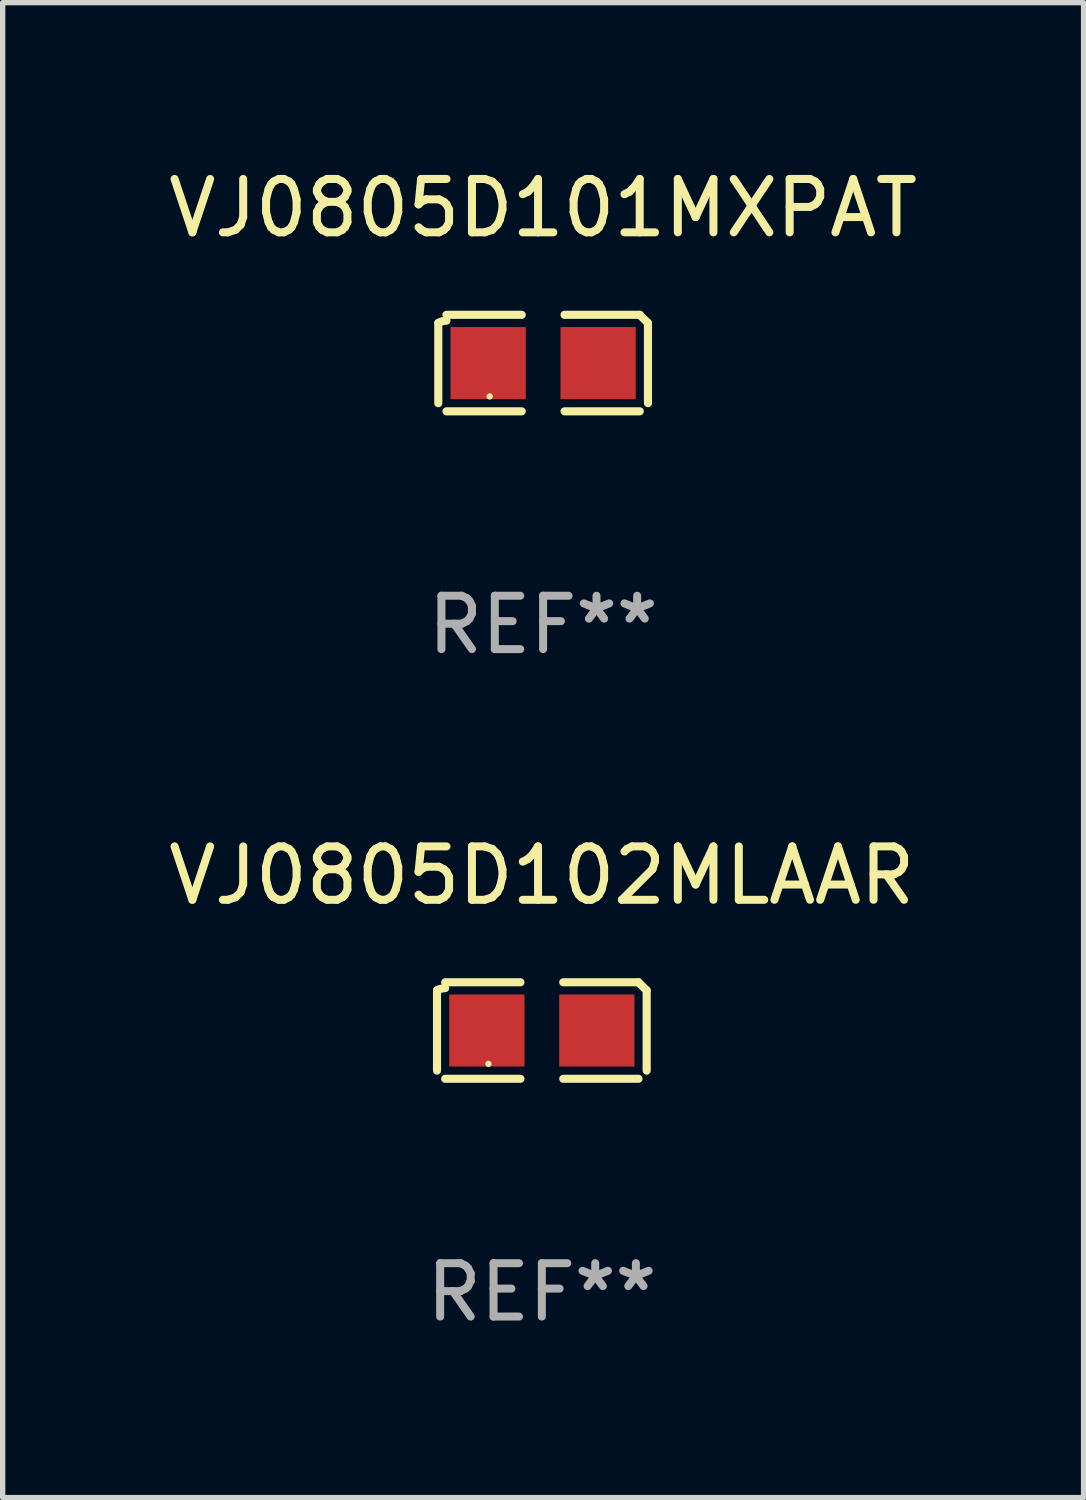
<source format=kicad_pcb>
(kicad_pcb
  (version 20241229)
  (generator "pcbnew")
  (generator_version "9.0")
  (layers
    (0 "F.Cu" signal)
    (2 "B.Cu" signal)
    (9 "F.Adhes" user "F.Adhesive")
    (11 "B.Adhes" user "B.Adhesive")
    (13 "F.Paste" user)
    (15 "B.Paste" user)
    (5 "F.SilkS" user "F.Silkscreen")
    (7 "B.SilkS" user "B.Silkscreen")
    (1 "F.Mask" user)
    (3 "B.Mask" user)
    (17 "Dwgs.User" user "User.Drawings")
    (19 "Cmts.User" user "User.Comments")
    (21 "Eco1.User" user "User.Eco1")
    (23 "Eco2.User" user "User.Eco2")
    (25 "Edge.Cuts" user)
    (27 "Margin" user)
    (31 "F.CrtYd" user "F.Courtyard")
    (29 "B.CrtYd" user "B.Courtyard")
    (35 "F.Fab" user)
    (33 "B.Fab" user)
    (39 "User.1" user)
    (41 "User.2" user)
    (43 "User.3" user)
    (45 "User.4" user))
  (footprint "VJ0805D101MXPAT"
    (layer "F.Cu")
    (at 7.125 3.752)
    (property "Reference" "VJ0805D101MXPAT" (at 0 -2.904 0) (layer "F.SilkS") (effects (font (size 1 1) (thickness 0.15))))
    (attr through_hole)
    (fp_line (start -1.964 0.751) (end -1.964 -0.751) (stroke (width 0.152) (type solid)) (layer "F.SilkS"))
    (fp_line (start -1.811 -0.904) (end -0.401 -0.904) (stroke (width 0.152) (type solid)) (layer "F.SilkS"))
    (fp_line (start -0.401 0.904) (end -1.811 0.904) (stroke (width 0.152) (type solid)) (layer "F.SilkS"))
    (fp_line (start 0.401 0.904) (end 1.811 0.904) (stroke (width 0.152) (type solid)) (layer "F.SilkS"))
    (fp_line (start 1.811 -0.904) (end 0.401 -0.904) (stroke (width 0.152) (type solid)) (layer "F.SilkS"))
    (fp_line (start 1.964 0.751) (end 1.964 -0.751) (stroke (width 0.152) (type solid)) (layer "F.SilkS"))
    (fp_arc (start -1.963602 -0.751207) (mid -1.890354 -0.783131) (end -1.811201 -0.794044) (stroke (width 0.1524) (type solid)) (layer "F.SilkS"))
    (fp_arc (start 1.811202 -0.903607) (mid 1.887413 -0.827418) (end 1.963602 -0.751207) (stroke (width 0.1524) (type solid)) (layer "F.SilkS"))
    (fp_circle (center -1 0.625) (end -0.97 0.625) (stroke (width 0.06) (type solid)) (fill no) (layer "F.SilkS"))
    (fp_text user "REF**" (at 0 4.904 0) (layer "F.Fab") (effects (font (size 1 1) (thickness 0.15))))
    (pad "1" smd rect (at -1.03 0) (size 1.41 1.35) (layers "F.Cu" "F.Mask" "F.Paste"))
    (pad "2" smd rect (at 1.03 0) (size 1.41 1.35) (layers "F.Cu" "F.Mask" "F.Paste")))
  (footprint "VJ0805D102MLAAR"
    (layer "F.Cu")
    (at 7.101 16.256)
    (property "Reference" "VJ0805D102MLAAR" (at 0 -2.904 0) (layer "F.SilkS") (effects (font (size 1 1) (thickness 0.15))))
    (attr through_hole)
    (fp_line (start -1.964 0.751) (end -1.964 -0.751) (stroke (width 0.152) (type solid)) (layer "F.SilkS"))
    (fp_line (start -1.811 -0.904) (end -0.401 -0.904) (stroke (width 0.152) (type solid)) (layer "F.SilkS"))
    (fp_line (start -0.401 0.904) (end -1.811 0.904) (stroke (width 0.152) (type solid)) (layer "F.SilkS"))
    (fp_line (start 0.401 0.904) (end 1.811 0.904) (stroke (width 0.152) (type solid)) (layer "F.SilkS"))
    (fp_line (start 1.811 -0.904) (end 0.401 -0.904) (stroke (width 0.152) (type solid)) (layer "F.SilkS"))
    (fp_line (start 1.964 0.751) (end 1.964 -0.751) (stroke (width 0.152) (type solid)) (layer "F.SilkS"))
    (fp_arc (start -1.963602 -0.751207) (mid -1.890354 -0.783131) (end -1.811201 -0.794044) (stroke (width 0.1524) (type solid)) (layer "F.SilkS"))
    (fp_arc (start 1.811202 -0.903607) (mid 1.887413 -0.827418) (end 1.963602 -0.751207) (stroke (width 0.1524) (type solid)) (layer "F.SilkS"))
    (fp_circle (center -1 0.625) (end -0.97 0.625) (stroke (width 0.06) (type solid)) (fill no) (layer "F.SilkS"))
    (fp_text user "REF**" (at 0 4.904 0) (layer "F.Fab") (effects (font (size 1 1) (thickness 0.15))))
    (pad "1" smd rect (at -1.03 0) (size 1.41 1.35) (layers "F.Cu" "F.Mask" "F.Paste"))
    (pad "2" smd rect (at 1.03 0) (size 1.41 1.35) (layers "F.Cu" "F.Mask" "F.Paste")))
  (gr_rect
    (start -3 -3)
    (end 17.25 25.007)
    (stroke (width 0.1) (type default))
    (fill no)
    (layer "Edge.Cuts")))
</source>
